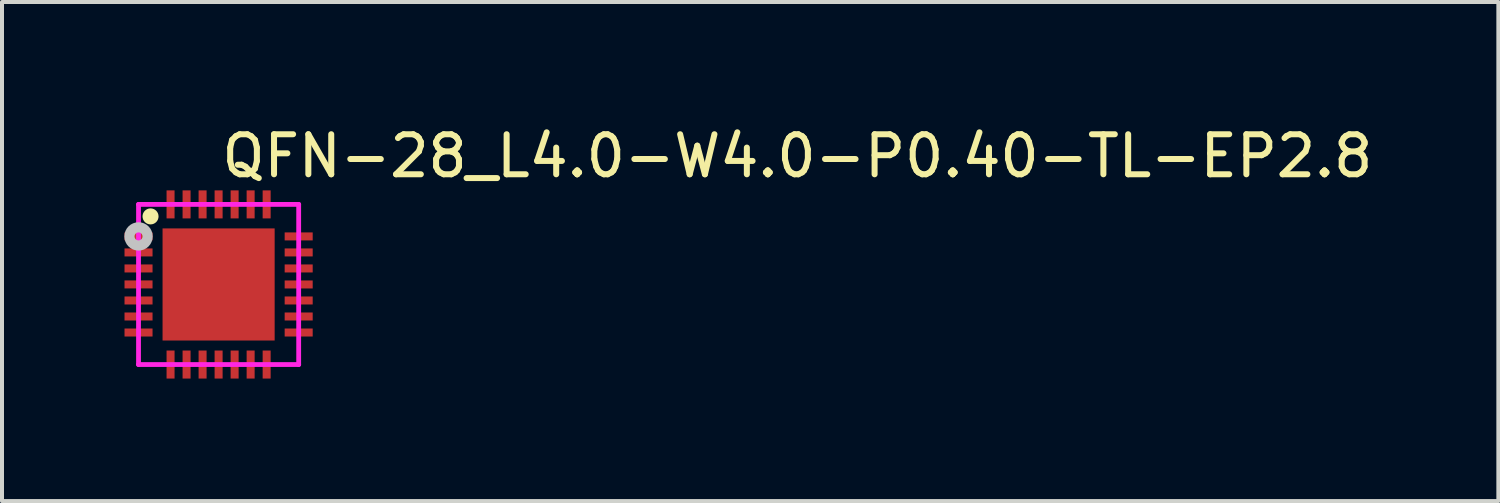
<source format=kicad_pcb>
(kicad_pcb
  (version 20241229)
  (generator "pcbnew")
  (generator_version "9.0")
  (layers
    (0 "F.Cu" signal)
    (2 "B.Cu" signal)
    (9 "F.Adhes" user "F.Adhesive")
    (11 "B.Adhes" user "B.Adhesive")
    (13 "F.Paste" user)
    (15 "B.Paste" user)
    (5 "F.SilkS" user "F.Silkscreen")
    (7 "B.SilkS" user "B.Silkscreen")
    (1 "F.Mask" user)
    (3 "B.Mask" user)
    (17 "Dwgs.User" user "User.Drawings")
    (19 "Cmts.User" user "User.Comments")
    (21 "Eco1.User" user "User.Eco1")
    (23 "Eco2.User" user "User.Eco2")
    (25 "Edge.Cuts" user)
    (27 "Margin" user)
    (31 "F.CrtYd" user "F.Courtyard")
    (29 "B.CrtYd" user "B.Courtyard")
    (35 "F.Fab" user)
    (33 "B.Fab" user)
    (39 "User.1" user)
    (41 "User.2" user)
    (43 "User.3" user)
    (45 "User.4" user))
  (footprint "QFN-28_L4.0-W4.0-P0.40-TL-EP2.8"
    (layer "F.Cu")
    (at 2.41 4.055)
    (property "Reference" "QFN-28_L4.0-W4.0-P0.40-TL-EP2.8" (at 0 -3.207 0) (layer "F.SilkS") (effects (font (size 1 1) (thickness 0.15)) (justify left)))
    (attr through_hole)
    (fp_circle (center -1.7 -1.7) (end -1.6 -1.7) (stroke (width 0.2) (type solid)) (fill no) (layer "F.SilkS"))
    (fp_poly (pts (xy -2.35 -1.3) (xy -2.35 -1.1) (xy -1.65 -1.1) (xy -1.65 -1.3)) (stroke (width 0.12) (type solid)) (fill yes) (layer "F.Paste"))
    (fp_poly (pts (xy -2.35 -0.101) (xy -2.35 0.099) (xy -1.65 0.099) (xy -1.65 -0.101)) (stroke (width 0.12) (type solid)) (fill yes) (layer "F.Paste"))
    (fp_poly (pts (xy -2.35 0.7) (xy -2.35 0.9) (xy -1.65 0.9) (xy -1.65 0.7)) (stroke (width 0.12) (type solid)) (fill yes) (layer "F.Paste"))
    (fp_poly (pts (xy -1.65 -0.7) (xy -1.65 -0.9) (xy -2.35 -0.9) (xy -2.35 -0.7)) (stroke (width 0.12) (type solid)) (fill yes) (layer "F.Paste"))
    (fp_poly (pts (xy -1.65 -0.3) (xy -1.65 -0.5) (xy -2.35 -0.5) (xy -2.35 -0.3)) (stroke (width 0.12) (type solid)) (fill yes) (layer "F.Paste"))
    (fp_poly (pts (xy -1.65 0.5) (xy -1.65 0.3) (xy -2.35 0.3) (xy -2.35 0.5)) (stroke (width 0.12) (type solid)) (fill yes) (layer "F.Paste"))
    (fp_poly (pts (xy -1.65 1.3) (xy -1.65 1.1) (xy -2.35 1.1) (xy -2.35 1.3)) (stroke (width 0.12) (type solid)) (fill yes) (layer "F.Paste"))
    (fp_poly (pts (xy -1.3 -2.35) (xy -1.3 -1.65) (xy -1.1 -1.65) (xy -1.1 -2.35)) (stroke (width 0.12) (type solid)) (fill yes) (layer "F.Paste"))
    (fp_poly (pts (xy -1.3 1.65) (xy -1.3 2.35) (xy -1.1 2.35) (xy -1.1 1.65)) (stroke (width 0.12) (type solid)) (fill yes) (layer "F.Paste"))
    (fp_poly (pts (xy -0.9 -2.35) (xy -0.9 -1.65) (xy -0.7 -1.65) (xy -0.7 -2.35)) (stroke (width 0.12) (type solid)) (fill yes) (layer "F.Paste"))
    (fp_poly (pts (xy -0.7 2.35) (xy -0.7 1.65) (xy -0.9 1.65) (xy -0.9 2.35)) (stroke (width 0.12) (type solid)) (fill yes) (layer "F.Paste"))
    (fp_poly (pts (xy -0.5 -2.35) (xy -0.5 -1.65) (xy -0.3 -1.65) (xy -0.3 -2.35)) (stroke (width 0.12) (type solid)) (fill yes) (layer "F.Paste"))
    (fp_poly (pts (xy -0.3 2.35) (xy -0.3 1.65) (xy -0.5 1.65) (xy -0.5 2.35)) (stroke (width 0.12) (type solid)) (fill yes) (layer "F.Paste"))
    (fp_poly (pts (xy -0.1 -2.35) (xy -0.1 -1.65) (xy 0.1 -1.65) (xy 0.1 -2.35)) (stroke (width 0.12) (type solid)) (fill yes) (layer "F.Paste"))
    (fp_poly (pts (xy 0.1 2.35) (xy 0.1 1.65) (xy -0.1 1.65) (xy -0.1 2.35)) (stroke (width 0.12) (type solid)) (fill yes) (layer "F.Paste"))
    (fp_poly (pts (xy 0.5 -1.65) (xy 0.5 -2.35) (xy 0.3 -2.35) (xy 0.3 -1.65)) (stroke (width 0.12) (type solid)) (fill yes) (layer "F.Paste"))
    (fp_poly (pts (xy 0.5 2.35) (xy 0.5 1.65) (xy 0.3 1.65) (xy 0.3 2.35)) (stroke (width 0.12) (type solid)) (fill yes) (layer "F.Paste"))
    (fp_poly (pts (xy 0.9 -1.65) (xy 0.9 -2.35) (xy 0.7 -2.35) (xy 0.7 -1.65)) (stroke (width 0.12) (type solid)) (fill yes) (layer "F.Paste"))
    (fp_poly (pts (xy 0.9 2.35) (xy 0.9 1.65) (xy 0.7 1.65) (xy 0.7 2.35)) (stroke (width 0.12) (type solid)) (fill yes) (layer "F.Paste"))
    (fp_poly (pts (xy 1 1) (xy 1 -1) (xy -1 -1) (xy -1 1)) (stroke (width 0.12) (type solid)) (fill yes) (layer "F.Paste"))
    (fp_poly (pts (xy 1.1 1.65) (xy 1.1 2.35) (xy 1.3 2.35) (xy 1.3 1.65)) (stroke (width 0.12) (type solid)) (fill yes) (layer "F.Paste"))
    (fp_poly (pts (xy 1.3 -1.65) (xy 1.3 -2.35) (xy 1.1 -2.35) (xy 1.1 -1.65)) (stroke (width 0.12) (type solid)) (fill yes) (layer "F.Paste"))
    (fp_poly (pts (xy 1.65 -1.3) (xy 1.65 -1.1) (xy 2.35 -1.1) (xy 2.35 -1.3)) (stroke (width 0.12) (type solid)) (fill yes) (layer "F.Paste"))
    (fp_poly (pts (xy 1.65 -0.9) (xy 1.65 -0.7) (xy 2.35 -0.7) (xy 2.35 -0.9)) (stroke (width 0.12) (type solid)) (fill yes) (layer "F.Paste"))
    (fp_poly (pts (xy 1.65 -0.5) (xy 1.65 -0.3) (xy 2.35 -0.3) (xy 2.35 -0.5)) (stroke (width 0.12) (type solid)) (fill yes) (layer "F.Paste"))
    (fp_poly (pts (xy 1.65 -0.1) (xy 1.65 0.1) (xy 2.35 0.1) (xy 2.35 -0.1)) (stroke (width 0.12) (type solid)) (fill yes) (layer "F.Paste"))
    (fp_poly (pts (xy 1.65 0.3) (xy 1.65 0.5) (xy 2.35 0.5) (xy 2.35 0.3)) (stroke (width 0.12) (type solid)) (fill yes) (layer "F.Paste"))
    (fp_poly (pts (xy 1.65 0.7) (xy 1.65 0.9) (xy 2.35 0.9) (xy 2.35 0.7)) (stroke (width 0.12) (type solid)) (fill yes) (layer "F.Paste"))
    (fp_poly (pts (xy 1.65 1.1) (xy 1.65 1.3) (xy 2.35 1.3) (xy 2.35 1.1)) (stroke (width 0.12) (type solid)) (fill yes) (layer "F.Paste"))
    (fp_circle (center -2 -1.2) (end -1.9 -1.2) (stroke (width 0.254) (type solid)) (fill no) (layer "Dwgs.User"))
    (fp_circle (center -2 -2) (end -1.97 -2) (stroke (width 0.06) (type solid)) (fill no) (layer "Eco2.User"))
    (fp_poly (pts (xy -2 -1.101) (xy -2 -1.301) (xy -1.65 -1.301) (xy -1.65 -1.101)) (stroke (width 0.12) (type solid)) (fill no) (layer "Eco2.User"))
    (fp_poly (pts (xy -2 -0.701) (xy -2 -0.901) (xy -1.65 -0.901) (xy -1.65 -0.701)) (stroke (width 0.12) (type solid)) (fill no) (layer "Eco2.User"))
    (fp_poly (pts (xy -2 -0.301) (xy -2 -0.501) (xy -1.65 -0.501) (xy -1.65 -0.301)) (stroke (width 0.12) (type solid)) (fill no) (layer "Eco2.User"))
    (fp_poly (pts (xy -2 0.099) (xy -2 -0.101) (xy -1.65 -0.101) (xy -1.65 0.099)) (stroke (width 0.12) (type solid)) (fill no) (layer "Eco2.User"))
    (fp_poly (pts (xy -2 0.499) (xy -2 0.299) (xy -1.65 0.299) (xy -1.65 0.499)) (stroke (width 0.12) (type solid)) (fill no) (layer "Eco2.User"))
    (fp_poly (pts (xy -2 0.899) (xy -2 0.699) (xy -1.65 0.699) (xy -1.65 0.899)) (stroke (width 0.12) (type solid)) (fill no) (layer "Eco2.User"))
    (fp_poly (pts (xy -2 1.299) (xy -2 1.099) (xy -1.65 1.099) (xy -1.65 1.299)) (stroke (width 0.12) (type solid)) (fill no) (layer "Eco2.User"))
    (fp_poly (pts (xy -1.4 -1.4) (xy 1.4 -1.4) (xy 1.4 1.4) (xy -1.4 1.4)) (stroke (width 0.12) (type solid)) (fill no) (layer "Eco2.User"))
    (fp_poly (pts (xy -1.3 -2) (xy -1.1 -2) (xy -1.1 -1.65) (xy -1.3 -1.65)) (stroke (width 0.12) (type solid)) (fill no) (layer "Eco2.User"))
    (fp_poly (pts (xy -1.1 2) (xy -1.3 2) (xy -1.3 1.65) (xy -1.1 1.65)) (stroke (width 0.12) (type solid)) (fill no) (layer "Eco2.User"))
    (fp_poly (pts (xy -0.9 -2) (xy -0.7 -2) (xy -0.7 -1.65) (xy -0.9 -1.65)) (stroke (width 0.12) (type solid)) (fill no) (layer "Eco2.User"))
    (fp_poly (pts (xy -0.7 2) (xy -0.9 2) (xy -0.9 1.65) (xy -0.7 1.65)) (stroke (width 0.12) (type solid)) (fill no) (layer "Eco2.User"))
    (fp_poly (pts (xy -0.5 -2) (xy -0.3 -2) (xy -0.3 -1.65) (xy -0.5 -1.65)) (stroke (width 0.12) (type solid)) (fill no) (layer "Eco2.User"))
    (fp_poly (pts (xy -0.3 2) (xy -0.5 2) (xy -0.5 1.65) (xy -0.3 1.65)) (stroke (width 0.12) (type solid)) (fill no) (layer "Eco2.User"))
    (fp_poly (pts (xy -0.1 -2) (xy 0.1 -2) (xy 0.1 -1.65) (xy -0.1 -1.65)) (stroke (width 0.12) (type solid)) (fill no) (layer "Eco2.User"))
    (fp_poly (pts (xy 0.1 2) (xy -0.1 2) (xy -0.1 1.65) (xy 0.1 1.65)) (stroke (width 0.12) (type solid)) (fill no) (layer "Eco2.User"))
    (fp_poly (pts (xy 0.3 -2) (xy 0.5 -2) (xy 0.5 -1.65) (xy 0.3 -1.65)) (stroke (width 0.12) (type solid)) (fill no) (layer "Eco2.User"))
    (fp_poly (pts (xy 0.5 2) (xy 0.3 2) (xy 0.3 1.65) (xy 0.5 1.65)) (stroke (width 0.12) (type solid)) (fill no) (layer "Eco2.User"))
    (fp_poly (pts (xy 0.7 -2) (xy 0.9 -2) (xy 0.9 -1.65) (xy 0.7 -1.65)) (stroke (width 0.12) (type solid)) (fill no) (layer "Eco2.User"))
    (fp_poly (pts (xy 0.9 2) (xy 0.7 2) (xy 0.7 1.65) (xy 0.9 1.65)) (stroke (width 0.12) (type solid)) (fill no) (layer "Eco2.User"))
    (fp_poly (pts (xy 1.1 -2) (xy 1.3 -2) (xy 1.3 -1.65) (xy 1.1 -1.65)) (stroke (width 0.12) (type solid)) (fill no) (layer "Eco2.User"))
    (fp_poly (pts (xy 1.3 2) (xy 1.1 2) (xy 1.1 1.65) (xy 1.3 1.65)) (stroke (width 0.12) (type solid)) (fill no) (layer "Eco2.User"))
    (fp_poly (pts (xy 2 -1.3) (xy 2 -1.1) (xy 1.65 -1.1) (xy 1.65 -1.3)) (stroke (width 0.12) (type solid)) (fill no) (layer "Eco2.User"))
    (fp_poly (pts (xy 2 -0.9) (xy 2 -0.7) (xy 1.65 -0.7) (xy 1.65 -0.9)) (stroke (width 0.12) (type solid)) (fill no) (layer "Eco2.User"))
    (fp_poly (pts (xy 2 -0.499) (xy 2 -0.3) (xy 1.65 -0.3) (xy 1.65 -0.499)) (stroke (width 0.12) (type solid)) (fill no) (layer "Eco2.User"))
    (fp_poly (pts (xy 2 -0.1) (xy 2 0.1) (xy 1.65 0.1) (xy 1.65 -0.1)) (stroke (width 0.12) (type solid)) (fill no) (layer "Eco2.User"))
    (fp_poly (pts (xy 2 0.3) (xy 2 0.5) (xy 1.65 0.5) (xy 1.65 0.3)) (stroke (width 0.12) (type solid)) (fill no) (layer "Eco2.User"))
    (fp_poly (pts (xy 2 0.7) (xy 2 0.9) (xy 1.65 0.9) (xy 1.65 0.7)) (stroke (width 0.12) (type solid)) (fill no) (layer "Eco2.User"))
    (fp_poly (pts (xy 2 1.1) (xy 2 1.3) (xy 1.65 1.3) (xy 1.65 1.1)) (stroke (width 0.12) (type solid)) (fill no) (layer "Eco2.User"))
    (fp_line (start -2 -2) (end 2 -2) (stroke (width 0.12) (type solid)) (layer "F.CrtYd"))
    (fp_line (start -2 2) (end -2 -2) (stroke (width 0.12) (type solid)) (layer "F.CrtYd"))
    (fp_line (start 2 -2) (end 2 2) (stroke (width 0.12) (type solid)) (layer "F.CrtYd"))
    (fp_line (start 2 2) (end -2 2) (stroke (width 0.12) (type solid)) (layer "F.CrtYd"))
    (pad "1" smd rect (at -2 -1.2) (size 0.7 0.2) (layers "F.Cu" "F.Mask" "F.Paste"))
    (pad "2" smd rect (at -2 -0.8) (size 0.7 0.2) (layers "F.Cu" "F.Mask" "F.Paste"))
    (pad "3" smd rect (at -2 -0.4) (size 0.7 0.2) (layers "F.Cu" "F.Mask" "F.Paste"))
    (pad "4" smd rect (at -2 -0.001) (size 0.7 0.2) (layers "F.Cu" "F.Mask" "F.Paste"))
    (pad "5" smd rect (at -2 0.4) (size 0.7 0.2) (layers "F.Cu" "F.Mask" "F.Paste"))
    (pad "6" smd rect (at -2 0.8) (size 0.7 0.2) (layers "F.Cu" "F.Mask" "F.Paste"))
    (pad "7" smd rect (at -2 1.2) (size 0.7 0.2) (layers "F.Cu" "F.Mask" "F.Paste"))
    (pad "8" smd rect (at -1.2 2) (size 0.2 0.7) (layers "F.Cu" "F.Mask" "F.Paste"))
    (pad "9" smd rect (at -0.8 2) (size 0.2 0.7) (layers "F.Cu" "F.Mask" "F.Paste"))
    (pad "10" smd rect (at -0.4 2) (size 0.2 0.7) (layers "F.Cu" "F.Mask" "F.Paste"))
    (pad "11" smd rect (at 0 2) (size 0.2 0.7) (layers "F.Cu" "F.Mask" "F.Paste"))
    (pad "12" smd rect (at 0.4 2) (size 0.2 0.7) (layers "F.Cu" "F.Mask" "F.Paste"))
    (pad "13" smd rect (at 0.8 2) (size 0.2 0.7) (layers "F.Cu" "F.Mask" "F.Paste"))
    (pad "14" smd rect (at 1.2 2) (size 0.2 0.7) (layers "F.Cu" "F.Mask" "F.Paste"))
    (pad "15" smd rect (at 2 1.2) (size 0.7 0.2) (layers "F.Cu" "F.Mask" "F.Paste"))
    (pad "16" smd rect (at 2 0.8) (size 0.7 0.2) (layers "F.Cu" "F.Mask" "F.Paste"))
    (pad "17" smd rect (at 2 0.4) (size 0.7 0.2) (layers "F.Cu" "F.Mask" "F.Paste"))
    (pad "18" smd rect (at 2 0) (size 0.7 0.2) (layers "F.Cu" "F.Mask" "F.Paste"))
    (pad "19" smd rect (at 2 -0.4) (size 0.7 0.2) (layers "F.Cu" "F.Mask" "F.Paste"))
    (pad "20" smd rect (at 2 -0.8) (size 0.7 0.2) (layers "F.Cu" "F.Mask" "F.Paste"))
    (pad "21" smd rect (at 2 -1.2) (size 0.7 0.2) (layers "F.Cu" "F.Mask" "F.Paste"))
    (pad "22" smd rect (at 1.2 -2) (size 0.2 0.7) (layers "F.Cu" "F.Mask" "F.Paste"))
    (pad "23" smd rect (at 0.8 -2) (size 0.2 0.7) (layers "F.Cu" "F.Mask" "F.Paste"))
    (pad "24" smd rect (at 0.4 -2) (size 0.2 0.7) (layers "F.Cu" "F.Mask" "F.Paste"))
    (pad "25" smd rect (at 0 -2) (size 0.2 0.7) (layers "F.Cu" "F.Mask" "F.Paste"))
    (pad "26" smd rect (at -0.4 -2) (size 0.2 0.7) (layers "F.Cu" "F.Mask" "F.Paste"))
    (pad "27" smd rect (at -0.8 -2) (size 0.2 0.7) (layers "F.Cu" "F.Mask" "F.Paste"))
    (pad "28" smd rect (at -1.2 -2) (size 0.2 0.7) (layers "F.Cu" "F.Mask" "F.Paste"))
    (pad "29" smd rect (at 0 0) (size 2.8 2.8) (layers "F.Cu" "F.Mask" "F.Paste")))
  (gr_rect
    (start -3 -3)
    (end 34.374 9.465)
    (stroke (width 0.1) (type default))
    (fill no)
    (layer "Edge.Cuts")))
</source>
